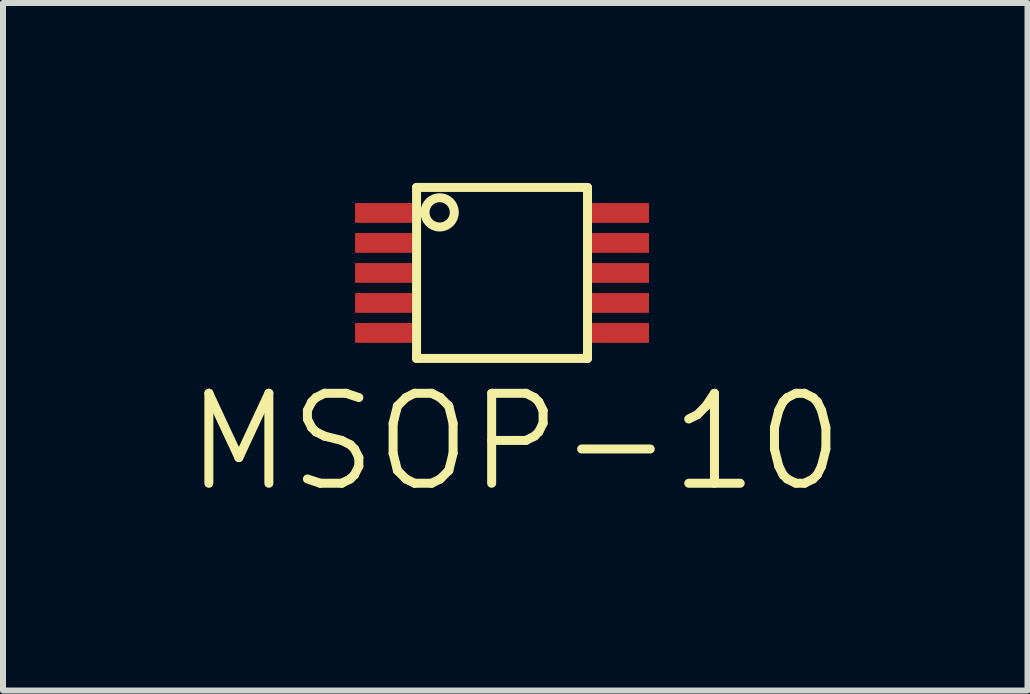
<source format=kicad_pcb>
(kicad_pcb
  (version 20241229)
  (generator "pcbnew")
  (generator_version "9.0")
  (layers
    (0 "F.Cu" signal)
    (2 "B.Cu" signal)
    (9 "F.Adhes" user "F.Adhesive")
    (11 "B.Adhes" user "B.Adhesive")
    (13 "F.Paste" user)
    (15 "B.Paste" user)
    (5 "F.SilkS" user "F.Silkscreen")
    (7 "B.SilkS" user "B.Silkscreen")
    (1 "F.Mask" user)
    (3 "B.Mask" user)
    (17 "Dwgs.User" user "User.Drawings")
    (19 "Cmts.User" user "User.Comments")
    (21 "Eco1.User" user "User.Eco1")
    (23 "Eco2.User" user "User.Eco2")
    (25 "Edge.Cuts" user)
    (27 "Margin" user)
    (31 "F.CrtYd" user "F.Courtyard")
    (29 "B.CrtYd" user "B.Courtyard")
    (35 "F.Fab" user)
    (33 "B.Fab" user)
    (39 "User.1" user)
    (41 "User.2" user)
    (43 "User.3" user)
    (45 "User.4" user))
  (footprint "MSOP-10"
    (layer "F.Cu")
    (at 5.319 1.5)
    (property "Reference" "MSOP-10" (at 0.22 2.82 0) (layer "F.SilkS") (effects (font (size 1.5 1.5) (thickness 0.15))))
    (attr through_hole)
    (fp_line (start -1.425 -1.425) (end -1.425 1.425) (stroke (width 0.15) (type solid)) (layer "F.SilkS"))
    (fp_line (start -1.425 1.425) (end 1.425 1.425) (stroke (width 0.15) (type solid)) (layer "F.SilkS"))
    (fp_line (start 1.425 -1.425) (end -1.425 -1.425) (stroke (width 0.15) (type solid)) (layer "F.SilkS"))
    (fp_line (start 1.425 1.425) (end 1.425 -1.425) (stroke (width 0.15) (type solid)) (layer "F.SilkS"))
    (fp_circle (center -1.04 -1.01) (end -0.84 -0.87) (stroke (width 0.15) (type solid)) (fill no) (layer "F.SilkS"))
    (pad "1" smd rect (at -1.975 -1) (size 0.95 0.33) (layers "F.Cu" "F.Mask" "F.Paste"))
    (pad "2" smd rect (at -1.975 -0.5) (size 0.95 0.33) (layers "F.Cu" "F.Mask" "F.Paste"))
    (pad "3" smd rect (at -1.975 0) (size 0.95 0.33) (layers "F.Cu" "F.Mask" "F.Paste"))
    (pad "4" smd rect (at -1.975 0.5) (size 0.95 0.33) (layers "F.Cu" "F.Mask" "F.Paste"))
    (pad "5" smd rect (at -1.975 1) (size 0.95 0.33) (layers "F.Cu" "F.Mask" "F.Paste"))
    (pad "6" smd rect (at 1.975 1) (size 0.95 0.33) (layers "F.Cu" "F.Mask" "F.Paste"))
    (pad "7" smd rect (at 1.975 0.5) (size 0.95 0.33) (layers "F.Cu" "F.Mask" "F.Paste"))
    (pad "8" smd rect (at 1.975 0) (size 0.95 0.33) (layers "F.Cu" "F.Mask" "F.Paste"))
    (pad "9" smd rect (at 1.975 -0.5) (size 0.95 0.33) (layers "F.Cu" "F.Mask" "F.Paste"))
    (pad "10" smd rect (at 1.975 -1) (size 0.95 0.33) (layers "F.Cu" "F.Mask" "F.Paste")))
  (gr_rect
    (start -3 -3)
    (end 14.079 8.461)
    (stroke (width 0.1) (type default))
    (fill no)
    (layer "Edge.Cuts")))
</source>
